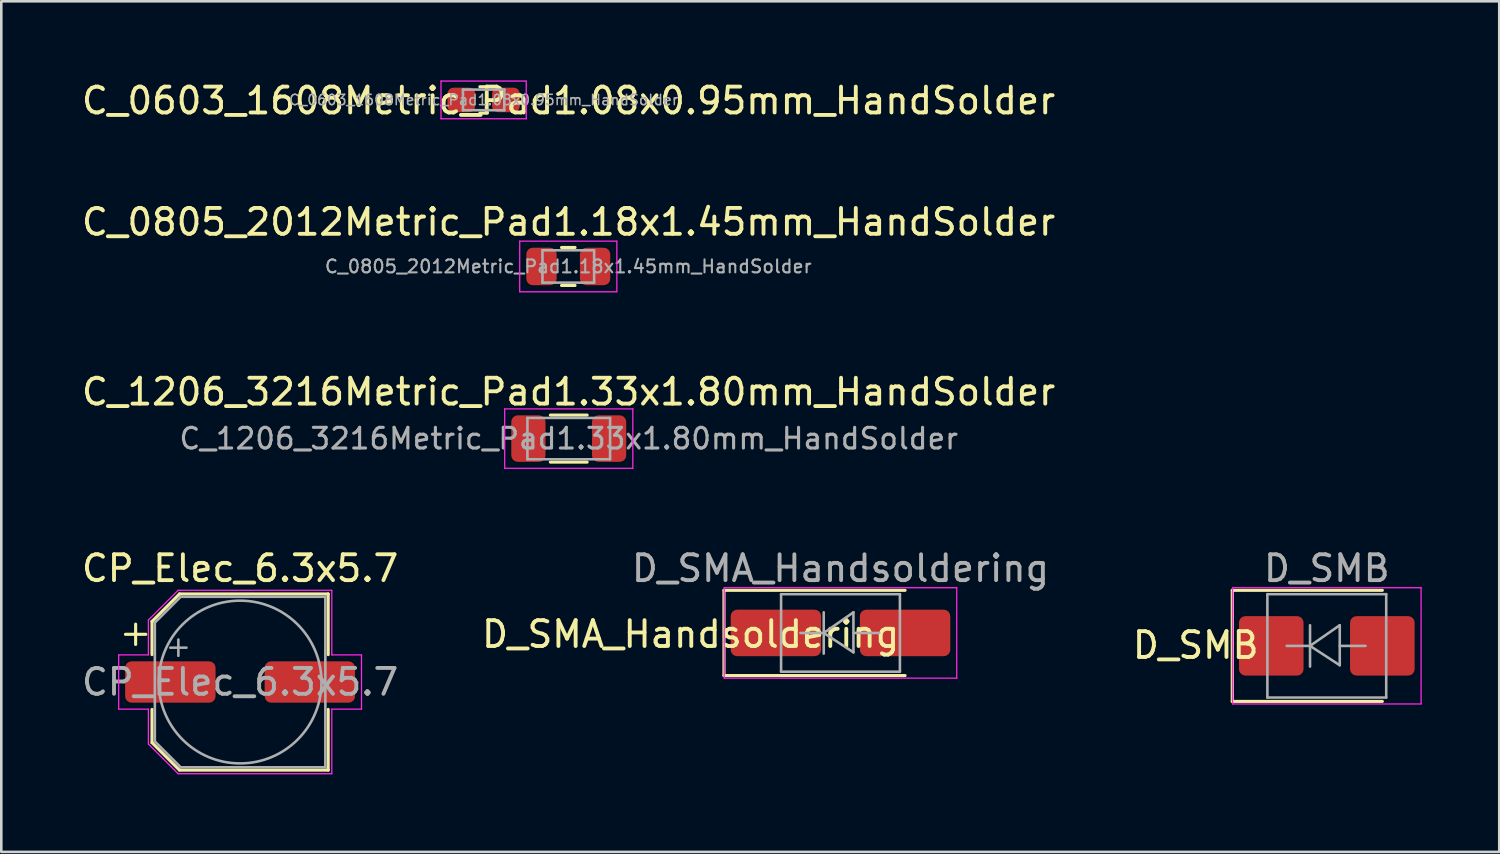
<source format=kicad_pcb>
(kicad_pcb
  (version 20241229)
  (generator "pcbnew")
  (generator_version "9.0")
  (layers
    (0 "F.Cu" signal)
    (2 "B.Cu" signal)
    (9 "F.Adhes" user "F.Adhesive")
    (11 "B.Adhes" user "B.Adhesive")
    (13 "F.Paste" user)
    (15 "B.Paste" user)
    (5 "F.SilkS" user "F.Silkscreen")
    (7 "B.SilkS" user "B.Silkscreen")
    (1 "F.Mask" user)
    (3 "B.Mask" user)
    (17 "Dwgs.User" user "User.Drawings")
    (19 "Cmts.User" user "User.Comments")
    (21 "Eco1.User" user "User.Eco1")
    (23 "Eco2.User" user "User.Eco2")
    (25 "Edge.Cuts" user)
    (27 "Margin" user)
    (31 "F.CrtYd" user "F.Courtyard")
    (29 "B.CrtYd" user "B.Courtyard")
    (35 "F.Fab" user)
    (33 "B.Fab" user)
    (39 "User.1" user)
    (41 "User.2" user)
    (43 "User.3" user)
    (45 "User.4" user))
  (footprint "C_1206_3216Metric_Pad1.33x1.80mm_HandSolder"
    (layer "F.Cu")
    (at 18.966 13.928)
    (property "Reference" "C_1206_3216Metric_Pad1.33x1.80mm_HandSolder" (at -0.007 -1.81 180) (layer "F.SilkS") (effects (font (size 1 1) (thickness 0.15))))
    (attr smd)
    (fp_line (start -0.711 -0.91) (end 0.711 -0.91) (stroke (width 0.12) (type solid)) (layer "F.SilkS"))
    (fp_line (start -0.711 0.91) (end 0.711 0.91) (stroke (width 0.12) (type solid)) (layer "F.SilkS"))
    (fp_line (start -2.48 -1.15) (end 2.48 -1.15) (stroke (width 0.05) (type solid)) (layer "F.CrtYd"))
    (fp_line (start -2.48 1.15) (end -2.48 -1.15) (stroke (width 0.05) (type solid)) (layer "F.CrtYd"))
    (fp_line (start 2.48 -1.15) (end 2.48 1.15) (stroke (width 0.05) (type solid)) (layer "F.CrtYd"))
    (fp_line (start 2.48 1.15) (end -2.48 1.15) (stroke (width 0.05) (type solid)) (layer "F.CrtYd"))
    (fp_line (start -1.6 -0.8) (end 1.6 -0.8) (stroke (width 0.1) (type solid)) (layer "F.Fab"))
    (fp_line (start -1.6 0.8) (end -1.6 -0.8) (stroke (width 0.1) (type solid)) (layer "F.Fab"))
    (fp_line (start 1.6 -0.8) (end 1.6 0.8) (stroke (width 0.1) (type solid)) (layer "F.Fab"))
    (fp_line (start 1.6 0.8) (end -1.6 0.8) (stroke (width 0.1) (type solid)) (layer "F.Fab"))
    (fp_text user "${REFERENCE}" (at 0 0 180) (layer "F.Fab") (effects (font (size 0.8 0.8) (thickness 0.12))))
    (pad "1" smd roundrect (at -1.562 0) (size 1.325 1.8) (layers "F.Cu" "F.Mask" "F.Paste") (roundrect_rratio 0.189))
    (pad "2" smd roundrect (at 1.562 0) (size 1.325 1.8) (layers "F.Cu" "F.Mask" "F.Paste") (roundrect_rratio 0.189)))
  (footprint "CP_Elec_6.3x5.7"
    (layer "F.Cu")
    (at 6.244 23.351)
    (property "Reference" "CP_Elec_6.3x5.7" (at 0 -4.4 0) (layer "F.SilkS") (effects (font (size 1 1) (thickness 0.15))))
    (attr smd)
    (fp_line (start -4.438 -1.847) (end -3.65 -1.847) (stroke (width 0.12) (type solid)) (layer "F.SilkS"))
    (fp_line (start -4.044 -2.241) (end -4.044 -1.454) (stroke (width 0.12) (type solid)) (layer "F.SilkS"))
    (fp_line (start -3.41 -2.346) (end -3.41 -1.06) (stroke (width 0.12) (type solid)) (layer "F.SilkS"))
    (fp_line (start -3.41 -2.346) (end -2.346 -3.41) (stroke (width 0.12) (type solid)) (layer "F.SilkS"))
    (fp_line (start -3.41 2.346) (end -3.41 1.06) (stroke (width 0.12) (type solid)) (layer "F.SilkS"))
    (fp_line (start -3.41 2.346) (end -2.346 3.41) (stroke (width 0.12) (type solid)) (layer "F.SilkS"))
    (fp_line (start -2.346 -3.41) (end 3.41 -3.41) (stroke (width 0.12) (type solid)) (layer "F.SilkS"))
    (fp_line (start -2.346 3.41) (end 3.41 3.41) (stroke (width 0.12) (type solid)) (layer "F.SilkS"))
    (fp_line (start 3.41 -3.41) (end 3.41 -1.06) (stroke (width 0.12) (type solid)) (layer "F.SilkS"))
    (fp_line (start 3.41 3.41) (end 3.41 1.06) (stroke (width 0.12) (type solid)) (layer "F.SilkS"))
    (fp_line (start -4.7 -1.05) (end -4.7 1.05) (stroke (width 0.05) (type solid)) (layer "F.CrtYd"))
    (fp_line (start -4.7 1.05) (end -3.55 1.05) (stroke (width 0.05) (type solid)) (layer "F.CrtYd"))
    (fp_line (start -3.55 -2.4) (end -3.55 -1.05) (stroke (width 0.05) (type solid)) (layer "F.CrtYd"))
    (fp_line (start -3.55 -2.4) (end -2.4 -3.55) (stroke (width 0.05) (type solid)) (layer "F.CrtYd"))
    (fp_line (start -3.55 -1.05) (end -4.7 -1.05) (stroke (width 0.05) (type solid)) (layer "F.CrtYd"))
    (fp_line (start -3.55 1.05) (end -3.55 2.4) (stroke (width 0.05) (type solid)) (layer "F.CrtYd"))
    (fp_line (start -3.55 2.4) (end -2.4 3.55) (stroke (width 0.05) (type solid)) (layer "F.CrtYd"))
    (fp_line (start -2.4 -3.55) (end 3.55 -3.55) (stroke (width 0.05) (type solid)) (layer "F.CrtYd"))
    (fp_line (start -2.4 3.55) (end 3.55 3.55) (stroke (width 0.05) (type solid)) (layer "F.CrtYd"))
    (fp_line (start 3.55 -3.55) (end 3.55 -1.05) (stroke (width 0.05) (type solid)) (layer "F.CrtYd"))
    (fp_line (start 3.55 -1.05) (end 4.7 -1.05) (stroke (width 0.05) (type solid)) (layer "F.CrtYd"))
    (fp_line (start 3.55 1.05) (end 3.55 3.55) (stroke (width 0.05) (type solid)) (layer "F.CrtYd"))
    (fp_line (start 4.7 -1.05) (end 4.7 1.05) (stroke (width 0.05) (type solid)) (layer "F.CrtYd"))
    (fp_line (start 4.7 1.05) (end 3.55 1.05) (stroke (width 0.05) (type solid)) (layer "F.CrtYd"))
    (fp_line (start -3.3 -2.3) (end -3.3 2.3) (stroke (width 0.1) (type solid)) (layer "F.Fab"))
    (fp_line (start -3.3 -2.3) (end -2.3 -3.3) (stroke (width 0.1) (type solid)) (layer "F.Fab"))
    (fp_line (start -3.3 2.3) (end -2.3 3.3) (stroke (width 0.1) (type solid)) (layer "F.Fab"))
    (fp_line (start -2.705 -1.33) (end -2.075 -1.33) (stroke (width 0.1) (type solid)) (layer "F.Fab"))
    (fp_line (start -2.39 -1.645) (end -2.39 -1.015) (stroke (width 0.1) (type solid)) (layer "F.Fab"))
    (fp_line (start -2.3 -3.3) (end 3.3 -3.3) (stroke (width 0.1) (type solid)) (layer "F.Fab"))
    (fp_line (start -2.3 3.3) (end 3.3 3.3) (stroke (width 0.1) (type solid)) (layer "F.Fab"))
    (fp_line (start 3.3 -3.3) (end 3.3 3.3) (stroke (width 0.1) (type solid)) (layer "F.Fab"))
    (fp_circle (center 0 0) (end 3.15 0) (stroke (width 0.1) (type solid)) (fill no) (layer "F.Fab"))
    (fp_text user "${REFERENCE}" (at 0 0 0) (layer "F.Fab") (effects (font (size 1 1) (thickness 0.15))))
    (pad "1" smd roundrect (at -2.7 0) (size 3.5 1.6) (layers "F.Cu" "F.Mask" "F.Paste") (roundrect_rratio 0.156))
    (pad "2" smd roundrect (at 2.7 0) (size 3.5 1.6) (layers "F.Cu" "F.Mask" "F.Paste") (roundrect_rratio 0.156)))
  (footprint "D_SMA_Handsoldering"
    (layer "F.Cu")
    (at 29.485 21.451)
    (property "Reference" "D_SMA_Handsoldering" (at -5.8 0.05 0) (layer "F.SilkS") (effects (font (size 1 1) (thickness 0.15))))
    (attr smd)
    (fp_line (start -4.51 -1.65) (end -4.51 1.65) (stroke (width 0.12) (type solid)) (layer "F.SilkS"))
    (fp_line (start -4.51 -1.65) (end 2.5 -1.65) (stroke (width 0.12) (type solid)) (layer "F.SilkS"))
    (fp_line (start -4.51 1.65) (end 2.5 1.65) (stroke (width 0.12) (type solid)) (layer "F.SilkS"))
    (fp_line (start -4.5 -1.75) (end 4.5 -1.75) (stroke (width 0.05) (type solid)) (layer "F.CrtYd"))
    (fp_line (start -4.5 1.75) (end -4.5 -1.75) (stroke (width 0.05) (type solid)) (layer "F.CrtYd"))
    (fp_line (start 4.5 -1.75) (end 4.5 1.75) (stroke (width 0.05) (type solid)) (layer "F.CrtYd"))
    (fp_line (start 4.5 1.75) (end -4.5 1.75) (stroke (width 0.05) (type solid)) (layer "F.CrtYd"))
    (fp_line (start -2.3 1.5) (end -2.3 -1.5) (stroke (width 0.1) (type solid)) (layer "F.Fab"))
    (fp_line (start -0.649 -0.799) (end -0.649 0.801) (stroke (width 0.1) (type solid)) (layer "F.Fab"))
    (fp_line (start -0.649 0.001) (end -1.551 0.001) (stroke (width 0.1) (type solid)) (layer "F.Fab"))
    (fp_line (start -0.649 0.001) (end 0.501 -0.799) (stroke (width 0.1) (type solid)) (layer "F.Fab"))
    (fp_line (start -0.649 0.001) (end 0.501 0.75) (stroke (width 0.1) (type solid)) (layer "F.Fab"))
    (fp_line (start 0.501 0.001) (end 1.499 0.001) (stroke (width 0.1) (type solid)) (layer "F.Fab"))
    (fp_line (start 0.501 0.75) (end 0.501 -0.799) (stroke (width 0.1) (type solid)) (layer "F.Fab"))
    (fp_line (start 2.3 -1.5) (end -2.3 -1.5) (stroke (width 0.1) (type solid)) (layer "F.Fab"))
    (fp_line (start 2.3 -1.5) (end 2.3 1.5) (stroke (width 0.1) (type solid)) (layer "F.Fab"))
    (fp_line (start 2.3 1.5) (end -2.3 1.5) (stroke (width 0.1) (type solid)) (layer "F.Fab"))
    (fp_text user "${REFERENCE}" (at 0 -2.5 0) (layer "F.Fab") (effects (font (size 1 1) (thickness 0.15))))
    (pad "1" smd roundrect (at -2.5 0) (size 3.5 1.8) (layers "F.Cu" "F.Mask" "F.Paste") (roundrect_rratio 0.139))
    (pad "2" smd roundrect (at 2.5 0) (size 3.5 1.8) (layers "F.Cu" "F.Mask" "F.Paste") (roundrect_rratio 0.139)))
  (footprint "C_0805_2012Metric_Pad1.18x1.45mm_HandSolder"
    (layer "F.Cu")
    (at 18.948 7.265)
    (property "Reference" "C_0805_2012Metric_Pad1.18x1.45mm_HandSolder" (at 0.01 -1.72 0) (layer "F.SilkS") (effects (font (size 1 1) (thickness 0.15))))
    (attr smd)
    (fp_line (start -0.261 -0.735) (end 0.261 -0.735) (stroke (width 0.12) (type solid)) (layer "F.SilkS"))
    (fp_line (start -0.261 0.735) (end 0.261 0.735) (stroke (width 0.12) (type solid)) (layer "F.SilkS"))
    (fp_line (start -1.88 -0.98) (end 1.88 -0.98) (stroke (width 0.05) (type solid)) (layer "F.CrtYd"))
    (fp_line (start -1.88 0.98) (end -1.88 -0.98) (stroke (width 0.05) (type solid)) (layer "F.CrtYd"))
    (fp_line (start 1.88 -0.98) (end 1.88 0.98) (stroke (width 0.05) (type solid)) (layer "F.CrtYd"))
    (fp_line (start 1.88 0.98) (end -1.88 0.98) (stroke (width 0.05) (type solid)) (layer "F.CrtYd"))
    (fp_line (start -1 -0.625) (end 1 -0.625) (stroke (width 0.1) (type solid)) (layer "F.Fab"))
    (fp_line (start -1 0.625) (end -1 -0.625) (stroke (width 0.1) (type solid)) (layer "F.Fab"))
    (fp_line (start 1 -0.625) (end 1 0.625) (stroke (width 0.1) (type solid)) (layer "F.Fab"))
    (fp_line (start 1 0.625) (end -1 0.625) (stroke (width 0.1) (type solid)) (layer "F.Fab"))
    (fp_text user "${REFERENCE}" (at 0 0 0) (layer "F.Fab") (effects (font (size 0.5 0.5) (thickness 0.08))))
    (pad "1" smd roundrect (at -1.038 0) (size 1.175 1.45) (layers "F.Cu" "F.Mask" "F.Paste") (roundrect_rratio 0.213))
    (pad "2" smd roundrect (at 1.038 0) (size 1.175 1.45) (layers "F.Cu" "F.Mask" "F.Paste") (roundrect_rratio 0.213)))
  (footprint "C_0603_1608Metric_Pad1.08x0.95mm_HandSolder"
    (layer "F.Cu")
    (at 15.671 0.818)
    (property "Reference" "C_0603_1608Metric_Pad1.08x0.95mm_HandSolder" (at 3.287 0.03 180) (layer "F.SilkS") (effects (font (size 1 1) (thickness 0.15))))
    (attr smd)
    (fp_line (start -0.146 -0.51) (end 0.146 -0.51) (stroke (width 0.12) (type solid)) (layer "F.SilkS"))
    (fp_line (start -0.146 0.51) (end 0.146 0.51) (stroke (width 0.12) (type solid)) (layer "F.SilkS"))
    (fp_line (start -1.65 -0.73) (end 1.65 -0.73) (stroke (width 0.05) (type solid)) (layer "F.CrtYd"))
    (fp_line (start -1.65 0.73) (end -1.65 -0.73) (stroke (width 0.05) (type solid)) (layer "F.CrtYd"))
    (fp_line (start 1.65 -0.73) (end 1.65 0.73) (stroke (width 0.05) (type solid)) (layer "F.CrtYd"))
    (fp_line (start 1.65 0.73) (end -1.65 0.73) (stroke (width 0.05) (type solid)) (layer "F.CrtYd"))
    (fp_line (start -0.8 -0.4) (end 0.8 -0.4) (stroke (width 0.1) (type solid)) (layer "F.Fab"))
    (fp_line (start -0.8 0.4) (end -0.8 -0.4) (stroke (width 0.1) (type solid)) (layer "F.Fab"))
    (fp_line (start 0.8 -0.4) (end 0.8 0.4) (stroke (width 0.1) (type solid)) (layer "F.Fab"))
    (fp_line (start 0.8 0.4) (end -0.8 0.4) (stroke (width 0.1) (type solid)) (layer "F.Fab"))
    (fp_text user "${REFERENCE}" (at 0 0 180) (layer "F.Fab") (effects (font (size 0.4 0.4) (thickness 0.06))))
    (pad "1" smd roundrect (at -0.863 0) (size 1.075 0.95) (layers "F.Cu" "F.Mask" "F.Paste") (roundrect_rratio 0.25))
    (pad "2" smd roundrect (at 0.863 0) (size 1.075 0.95) (layers "F.Cu" "F.Mask" "F.Paste") (roundrect_rratio 0.25)))
  (footprint "D_SMB"
    (layer "F.Cu")
    (at 48.31 21.951)
    (property "Reference" "D_SMB" (at -5.075 -0.025 0) (layer "F.SilkS") (effects (font (size 1 1) (thickness 0.15))))
    (attr smd)
    (fp_line (start -3.66 -2.15) (end -3.66 2.15) (stroke (width 0.12) (type solid)) (layer "F.SilkS"))
    (fp_line (start -3.66 -2.15) (end 2.15 -2.15) (stroke (width 0.12) (type solid)) (layer "F.SilkS"))
    (fp_line (start -3.66 2.15) (end 2.15 2.15) (stroke (width 0.12) (type solid)) (layer "F.SilkS"))
    (fp_line (start -3.65 -2.25) (end 3.65 -2.25) (stroke (width 0.05) (type solid)) (layer "F.CrtYd"))
    (fp_line (start -3.65 2.25) (end -3.65 -2.25) (stroke (width 0.05) (type solid)) (layer "F.CrtYd"))
    (fp_line (start 3.65 -2.25) (end 3.65 2.25) (stroke (width 0.05) (type solid)) (layer "F.CrtYd"))
    (fp_line (start 3.65 2.25) (end -3.65 2.25) (stroke (width 0.05) (type solid)) (layer "F.CrtYd"))
    (fp_line (start -2.3 2) (end -2.3 -2) (stroke (width 0.1) (type solid)) (layer "F.Fab"))
    (fp_line (start -0.649 -0.799) (end -0.649 0.801) (stroke (width 0.1) (type solid)) (layer "F.Fab"))
    (fp_line (start -0.649 0.001) (end -1.551 0.001) (stroke (width 0.1) (type solid)) (layer "F.Fab"))
    (fp_line (start -0.649 0.001) (end 0.501 -0.799) (stroke (width 0.1) (type solid)) (layer "F.Fab"))
    (fp_line (start -0.649 0.001) (end 0.501 0.75) (stroke (width 0.1) (type solid)) (layer "F.Fab"))
    (fp_line (start 0.501 0.001) (end 1.499 0.001) (stroke (width 0.1) (type solid)) (layer "F.Fab"))
    (fp_line (start 0.501 0.75) (end 0.501 -0.799) (stroke (width 0.1) (type solid)) (layer "F.Fab"))
    (fp_line (start 2.3 -2) (end -2.3 -2) (stroke (width 0.1) (type solid)) (layer "F.Fab"))
    (fp_line (start 2.3 -2) (end 2.3 2) (stroke (width 0.1) (type solid)) (layer "F.Fab"))
    (fp_line (start 2.3 2) (end -2.3 2) (stroke (width 0.1) (type solid)) (layer "F.Fab"))
    (fp_text user "${REFERENCE}" (at 0 -3 0) (layer "F.Fab") (effects (font (size 1 1) (thickness 0.15))))
    (pad "1" smd roundrect (at -2.15 0) (size 2.5 2.3) (layers "F.Cu" "F.Mask" "F.Paste") (roundrect_rratio 0.109))
    (pad "2" smd roundrect (at 2.15 0) (size 2.5 2.3) (layers "F.Cu" "F.Mask" "F.Paste") (roundrect_rratio 0.109)))
  (gr_rect
    (start -3 -3)
    (end 54.985 29.926)
    (stroke (width 0.1) (type default))
    (fill no)
    (layer "Edge.Cuts")))
</source>
